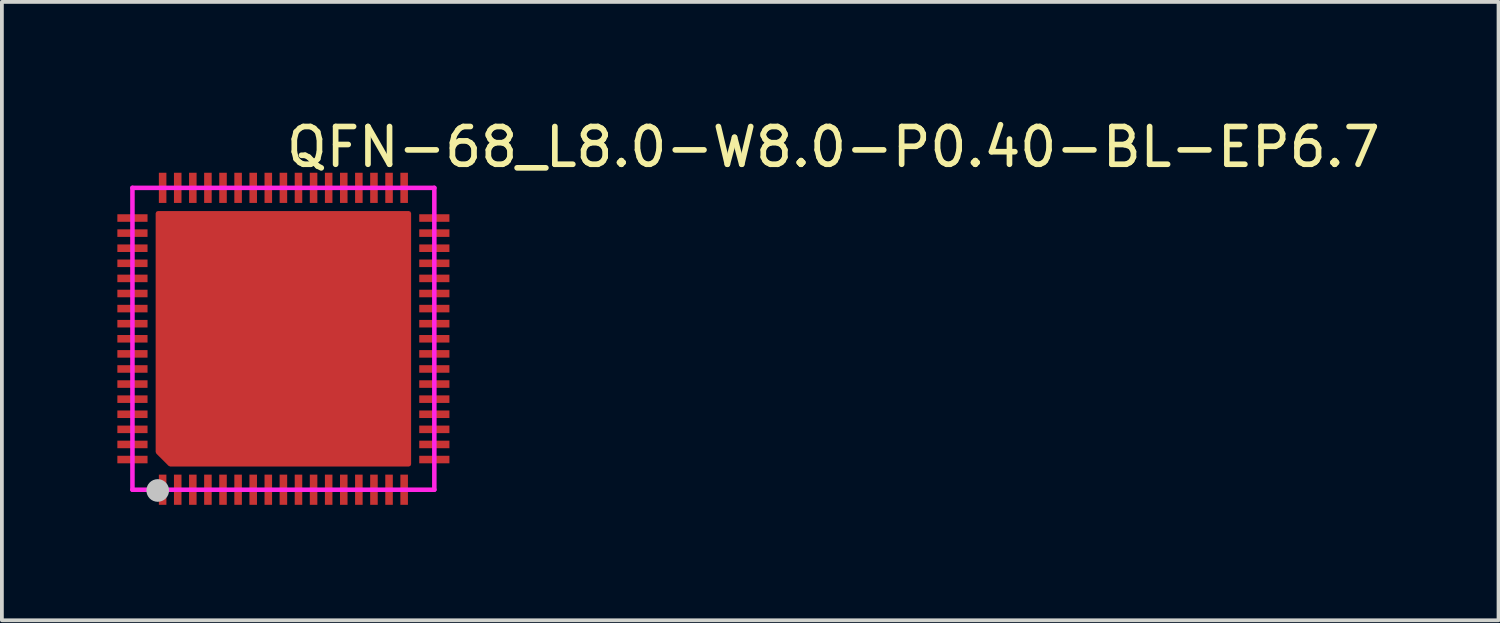
<source format=kicad_pcb>
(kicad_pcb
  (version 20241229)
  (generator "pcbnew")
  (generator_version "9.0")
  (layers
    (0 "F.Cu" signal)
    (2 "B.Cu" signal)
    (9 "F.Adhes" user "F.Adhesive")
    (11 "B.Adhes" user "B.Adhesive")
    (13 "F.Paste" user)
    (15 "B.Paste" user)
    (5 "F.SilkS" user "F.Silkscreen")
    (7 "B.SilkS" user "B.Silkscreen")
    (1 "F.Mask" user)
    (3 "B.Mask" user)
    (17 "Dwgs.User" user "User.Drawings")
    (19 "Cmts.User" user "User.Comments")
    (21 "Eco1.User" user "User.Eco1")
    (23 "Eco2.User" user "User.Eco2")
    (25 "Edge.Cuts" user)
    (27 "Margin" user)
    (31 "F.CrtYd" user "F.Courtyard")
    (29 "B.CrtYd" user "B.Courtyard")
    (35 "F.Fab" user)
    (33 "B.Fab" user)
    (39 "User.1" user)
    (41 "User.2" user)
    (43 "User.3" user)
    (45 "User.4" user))
  (footprint "QFN-68_L8.0-W8.0-P0.40-BL-EP6.7"
    (layer "F.Cu")
    (at 4.46 5.928)
    (property "Reference" "QFN-68_L8.0-W8.0-P0.40-BL-EP6.7" (at 0 -5.08 0) (layer "F.SilkS") (effects (font (size 1 1) (thickness 0.15)) (justify left)))
    (attr through_hole)
    (fp_poly (pts (xy -4.4 -3.3) (xy -3.6 -3.3) (xy -3.6 -3.1) (xy -4.4 -3.1)) (stroke (width 0.12) (type solid)) (fill yes) (layer "F.Paste"))
    (fp_poly (pts (xy -4.4 -2.9) (xy -3.6 -2.9) (xy -3.6 -2.7) (xy -4.4 -2.7)) (stroke (width 0.12) (type solid)) (fill yes) (layer "F.Paste"))
    (fp_poly (pts (xy -4.4 -2.5) (xy -3.6 -2.5) (xy -3.6 -2.3) (xy -4.4 -2.3)) (stroke (width 0.12) (type solid)) (fill yes) (layer "F.Paste"))
    (fp_poly (pts (xy -4.4 -2.1) (xy -3.6 -2.1) (xy -3.6 -1.9) (xy -4.4 -1.9)) (stroke (width 0.12) (type solid)) (fill yes) (layer "F.Paste"))
    (fp_poly (pts (xy -4.4 -1.7) (xy -3.6 -1.7) (xy -3.6 -1.5) (xy -4.4 -1.5)) (stroke (width 0.12) (type solid)) (fill yes) (layer "F.Paste"))
    (fp_poly (pts (xy -4.4 -1.3) (xy -3.6 -1.3) (xy -3.6 -1.1) (xy -4.4 -1.1)) (stroke (width 0.12) (type solid)) (fill yes) (layer "F.Paste"))
    (fp_poly (pts (xy -4.4 -0.9) (xy -3.6 -0.9) (xy -3.6 -0.7) (xy -4.4 -0.7)) (stroke (width 0.12) (type solid)) (fill yes) (layer "F.Paste"))
    (fp_poly (pts (xy -4.4 -0.5) (xy -3.6 -0.5) (xy -3.6 -0.3) (xy -4.4 -0.3)) (stroke (width 0.12) (type solid)) (fill yes) (layer "F.Paste"))
    (fp_poly (pts (xy -4.4 -0.1) (xy -3.6 -0.1) (xy -3.6 0.1) (xy -4.4 0.1)) (stroke (width 0.12) (type solid)) (fill yes) (layer "F.Paste"))
    (fp_poly (pts (xy -4.4 0.3) (xy -3.6 0.3) (xy -3.6 0.5) (xy -4.4 0.5)) (stroke (width 0.12) (type solid)) (fill yes) (layer "F.Paste"))
    (fp_poly (pts (xy -4.4 0.7) (xy -3.6 0.7) (xy -3.6 0.9) (xy -4.4 0.9)) (stroke (width 0.12) (type solid)) (fill yes) (layer "F.Paste"))
    (fp_poly (pts (xy -4.4 1.1) (xy -3.6 1.1) (xy -3.6 1.3) (xy -4.4 1.3)) (stroke (width 0.12) (type solid)) (fill yes) (layer "F.Paste"))
    (fp_poly (pts (xy -4.4 1.5) (xy -3.6 1.5) (xy -3.6 1.7) (xy -4.4 1.7)) (stroke (width 0.12) (type solid)) (fill yes) (layer "F.Paste"))
    (fp_poly (pts (xy -4.4 1.9) (xy -3.6 1.9) (xy -3.6 2.1) (xy -4.4 2.1)) (stroke (width 0.12) (type solid)) (fill yes) (layer "F.Paste"))
    (fp_poly (pts (xy -4.4 2.3) (xy -3.6 2.3) (xy -3.6 2.5) (xy -4.4 2.5)) (stroke (width 0.12) (type solid)) (fill yes) (layer "F.Paste"))
    (fp_poly (pts (xy -4.4 2.7) (xy -3.6 2.7) (xy -3.6 2.9) (xy -4.4 2.9)) (stroke (width 0.12) (type solid)) (fill yes) (layer "F.Paste"))
    (fp_poly (pts (xy -4.4 3.1) (xy -3.6 3.1) (xy -3.6 3.3) (xy -4.4 3.3)) (stroke (width 0.12) (type solid)) (fill yes) (layer "F.Paste"))
    (fp_poly (pts (xy -3.3 -4.4) (xy -3.1 -4.4) (xy -3.1 -3.6) (xy -3.3 -3.6)) (stroke (width 0.12) (type solid)) (fill yes) (layer "F.Paste"))
    (fp_poly (pts (xy -3.3 3.6) (xy -3.1 3.6) (xy -3.1 4.4) (xy -3.3 4.4)) (stroke (width 0.12) (type solid)) (fill yes) (layer "F.Paste"))
    (fp_poly (pts (xy -2.9 -4.4) (xy -2.7 -4.4) (xy -2.7 -3.6) (xy -2.9 -3.6)) (stroke (width 0.12) (type solid)) (fill yes) (layer "F.Paste"))
    (fp_poly (pts (xy -2.9 3.6) (xy -2.7 3.6) (xy -2.7 4.4) (xy -2.9 4.4)) (stroke (width 0.12) (type solid)) (fill yes) (layer "F.Paste"))
    (fp_poly (pts (xy -2.5 -4.4) (xy -2.3 -4.4) (xy -2.3 -3.6) (xy -2.5 -3.6)) (stroke (width 0.12) (type solid)) (fill yes) (layer "F.Paste"))
    (fp_poly (pts (xy -2.5 3.6) (xy -2.3 3.6) (xy -2.3 4.4) (xy -2.5 4.4)) (stroke (width 0.12) (type solid)) (fill yes) (layer "F.Paste"))
    (fp_poly (pts (xy -2.1 -4.4) (xy -1.9 -4.4) (xy -1.9 -3.6) (xy -2.1 -3.6)) (stroke (width 0.12) (type solid)) (fill yes) (layer "F.Paste"))
    (fp_poly (pts (xy -2.1 3.6) (xy -1.9 3.6) (xy -1.9 4.4) (xy -2.1 4.4)) (stroke (width 0.12) (type solid)) (fill yes) (layer "F.Paste"))
    (fp_poly (pts (xy -1.7 -4.4) (xy -1.5 -4.4) (xy -1.5 -3.6) (xy -1.7 -3.6)) (stroke (width 0.12) (type solid)) (fill yes) (layer "F.Paste"))
    (fp_poly (pts (xy -1.7 3.6) (xy -1.5 3.6) (xy -1.5 4.4) (xy -1.7 4.4)) (stroke (width 0.12) (type solid)) (fill yes) (layer "F.Paste"))
    (fp_poly (pts (xy -1.3 -4.4) (xy -1.1 -4.4) (xy -1.1 -3.6) (xy -1.3 -3.6)) (stroke (width 0.12) (type solid)) (fill yes) (layer "F.Paste"))
    (fp_poly (pts (xy -1.3 3.6) (xy -1.1 3.6) (xy -1.1 4.4) (xy -1.3 4.4)) (stroke (width 0.12) (type solid)) (fill yes) (layer "F.Paste"))
    (fp_poly (pts (xy -0.9 -4.4) (xy -0.7 -4.4) (xy -0.7 -3.6) (xy -0.9 -3.6)) (stroke (width 0.12) (type solid)) (fill yes) (layer "F.Paste"))
    (fp_poly (pts (xy -0.9 3.6) (xy -0.7 3.6) (xy -0.7 4.4) (xy -0.9 4.4)) (stroke (width 0.12) (type solid)) (fill yes) (layer "F.Paste"))
    (fp_poly (pts (xy -0.5 -4.4) (xy -0.3 -4.4) (xy -0.3 -3.6) (xy -0.5 -3.6)) (stroke (width 0.12) (type solid)) (fill yes) (layer "F.Paste"))
    (fp_poly (pts (xy -0.5 3.6) (xy -0.3 3.6) (xy -0.3 4.4) (xy -0.5 4.4)) (stroke (width 0.12) (type solid)) (fill yes) (layer "F.Paste"))
    (fp_poly (pts (xy -0.1 -4.4) (xy 0.1 -4.4) (xy 0.1 -3.6) (xy -0.1 -3.6)) (stroke (width 0.12) (type solid)) (fill yes) (layer "F.Paste"))
    (fp_poly (pts (xy -0.1 3.6) (xy 0.1 3.6) (xy 0.1 4.4) (xy -0.1 4.4)) (stroke (width 0.12) (type solid)) (fill yes) (layer "F.Paste"))
    (fp_poly (pts (xy 0.3 -4.4) (xy 0.5 -4.4) (xy 0.5 -3.6) (xy 0.3 -3.6)) (stroke (width 0.12) (type solid)) (fill yes) (layer "F.Paste"))
    (fp_poly (pts (xy 0.3 3.6) (xy 0.5 3.6) (xy 0.5 4.4) (xy 0.3 4.4)) (stroke (width 0.12) (type solid)) (fill yes) (layer "F.Paste"))
    (fp_poly (pts (xy 0.7 -4.4) (xy 0.9 -4.4) (xy 0.9 -3.6) (xy 0.7 -3.6)) (stroke (width 0.12) (type solid)) (fill yes) (layer "F.Paste"))
    (fp_poly (pts (xy 0.7 3.6) (xy 0.9 3.6) (xy 0.9 4.4) (xy 0.7 4.4)) (stroke (width 0.12) (type solid)) (fill yes) (layer "F.Paste"))
    (fp_poly (pts (xy 1.1 -4.4) (xy 1.3 -4.4) (xy 1.3 -3.6) (xy 1.1 -3.6)) (stroke (width 0.12) (type solid)) (fill yes) (layer "F.Paste"))
    (fp_poly (pts (xy 1.1 3.6) (xy 1.3 3.6) (xy 1.3 4.4) (xy 1.1 4.4)) (stroke (width 0.12) (type solid)) (fill yes) (layer "F.Paste"))
    (fp_poly (pts (xy 1.5 -4.4) (xy 1.7 -4.4) (xy 1.7 -3.6) (xy 1.5 -3.6)) (stroke (width 0.12) (type solid)) (fill yes) (layer "F.Paste"))
    (fp_poly (pts (xy 1.5 3.6) (xy 1.7 3.6) (xy 1.7 4.4) (xy 1.5 4.4)) (stroke (width 0.12) (type solid)) (fill yes) (layer "F.Paste"))
    (fp_poly (pts (xy 1.9 -4.4) (xy 2.1 -4.4) (xy 2.1 -3.6) (xy 1.9 -3.6)) (stroke (width 0.12) (type solid)) (fill yes) (layer "F.Paste"))
    (fp_poly (pts (xy 1.9 3.6) (xy 2.1 3.6) (xy 2.1 4.4) (xy 1.9 4.4)) (stroke (width 0.12) (type solid)) (fill yes) (layer "F.Paste"))
    (fp_poly (pts (xy 2.3 -4.4) (xy 2.5 -4.4) (xy 2.5 -3.6) (xy 2.3 -3.6)) (stroke (width 0.12) (type solid)) (fill yes) (layer "F.Paste"))
    (fp_poly (pts (xy 2.3 3.6) (xy 2.5 3.6) (xy 2.5 4.4) (xy 2.3 4.4)) (stroke (width 0.12) (type solid)) (fill yes) (layer "F.Paste"))
    (fp_poly (pts (xy 2.7 -4.4) (xy 2.9 -4.4) (xy 2.9 -3.6) (xy 2.7 -3.6)) (stroke (width 0.12) (type solid)) (fill yes) (layer "F.Paste"))
    (fp_poly (pts (xy 2.7 3.6) (xy 2.9 3.6) (xy 2.9 4.4) (xy 2.7 4.4)) (stroke (width 0.12) (type solid)) (fill yes) (layer "F.Paste"))
    (fp_poly (pts (xy 3.1 -4.4) (xy 3.3 -4.4) (xy 3.3 -3.6) (xy 3.1 -3.6)) (stroke (width 0.12) (type solid)) (fill yes) (layer "F.Paste"))
    (fp_poly (pts (xy 3.1 3.6) (xy 3.3 3.6) (xy 3.3 4.4) (xy 3.1 4.4)) (stroke (width 0.12) (type solid)) (fill yes) (layer "F.Paste"))
    (fp_poly (pts (xy 3.6 -3.3) (xy 4.4 -3.3) (xy 4.4 -3.1) (xy 3.6 -3.1)) (stroke (width 0.12) (type solid)) (fill yes) (layer "F.Paste"))
    (fp_poly (pts (xy 3.6 -2.9) (xy 4.4 -2.9) (xy 4.4 -2.7) (xy 3.6 -2.7)) (stroke (width 0.12) (type solid)) (fill yes) (layer "F.Paste"))
    (fp_poly (pts (xy 3.6 -2.5) (xy 4.4 -2.5) (xy 4.4 -2.3) (xy 3.6 -2.3)) (stroke (width 0.12) (type solid)) (fill yes) (layer "F.Paste"))
    (fp_poly (pts (xy 3.6 -2.1) (xy 4.4 -2.1) (xy 4.4 -1.9) (xy 3.6 -1.9)) (stroke (width 0.12) (type solid)) (fill yes) (layer "F.Paste"))
    (fp_poly (pts (xy 3.6 -1.7) (xy 4.4 -1.7) (xy 4.4 -1.5) (xy 3.6 -1.5)) (stroke (width 0.12) (type solid)) (fill yes) (layer "F.Paste"))
    (fp_poly (pts (xy 3.6 -1.3) (xy 4.4 -1.3) (xy 4.4 -1.1) (xy 3.6 -1.1)) (stroke (width 0.12) (type solid)) (fill yes) (layer "F.Paste"))
    (fp_poly (pts (xy 3.6 -0.9) (xy 4.4 -0.9) (xy 4.4 -0.7) (xy 3.6 -0.7)) (stroke (width 0.12) (type solid)) (fill yes) (layer "F.Paste"))
    (fp_poly (pts (xy 3.6 -0.5) (xy 4.4 -0.5) (xy 4.4 -0.3) (xy 3.6 -0.3)) (stroke (width 0.12) (type solid)) (fill yes) (layer "F.Paste"))
    (fp_poly (pts (xy 3.6 -0.1) (xy 4.4 -0.1) (xy 4.4 0.1) (xy 3.6 0.1)) (stroke (width 0.12) (type solid)) (fill yes) (layer "F.Paste"))
    (fp_poly (pts (xy 3.6 0.3) (xy 4.4 0.3) (xy 4.4 0.5) (xy 3.6 0.5)) (stroke (width 0.12) (type solid)) (fill yes) (layer "F.Paste"))
    (fp_poly (pts (xy 3.6 0.7) (xy 4.4 0.7) (xy 4.4 0.9) (xy 3.6 0.9)) (stroke (width 0.12) (type solid)) (fill yes) (layer "F.Paste"))
    (fp_poly (pts (xy 3.6 1.1) (xy 4.4 1.1) (xy 4.4 1.3) (xy 3.6 1.3)) (stroke (width 0.12) (type solid)) (fill yes) (layer "F.Paste"))
    (fp_poly (pts (xy 3.6 1.5) (xy 4.4 1.5) (xy 4.4 1.7) (xy 3.6 1.7)) (stroke (width 0.12) (type solid)) (fill yes) (layer "F.Paste"))
    (fp_poly (pts (xy 3.6 1.9) (xy 4.4 1.9) (xy 4.4 2.1) (xy 3.6 2.1)) (stroke (width 0.12) (type solid)) (fill yes) (layer "F.Paste"))
    (fp_poly (pts (xy 3.6 2.3) (xy 4.4 2.3) (xy 4.4 2.5) (xy 3.6 2.5)) (stroke (width 0.12) (type solid)) (fill yes) (layer "F.Paste"))
    (fp_poly (pts (xy 3.6 2.7) (xy 4.4 2.7) (xy 4.4 2.9) (xy 3.6 2.9)) (stroke (width 0.12) (type solid)) (fill yes) (layer "F.Paste"))
    (fp_poly (pts (xy 3.6 3.1) (xy 4.4 3.1) (xy 4.4 3.3) (xy 3.6 3.3)) (stroke (width 0.12) (type solid)) (fill yes) (layer "F.Paste"))
    (fp_poly (pts (xy -2.66 -2.66) (xy 2.66 -2.66) (xy 2.66 2.66) (xy -2.4 2.66) (xy -2.66 2.4)) (stroke (width 0.12) (type solid)) (fill yes) (layer "F.Paste"))
    (fp_circle (center -3.33 4.02) (end -3.18 4.02) (stroke (width 0.3) (type solid)) (fill no) (layer "Dwgs.User"))
    (fp_circle (center -4 4) (end -3.97 4) (stroke (width 0.06) (type solid)) (fill no) (layer "Eco2.User"))
    (fp_poly (pts (xy -3.6 -3.1) (xy -3.6 -3.3) (xy -4 -3.3) (xy -4 -3.1)) (stroke (width 0.12) (type solid)) (fill no) (layer "Eco2.User"))
    (fp_poly (pts (xy -3.6 -2.7) (xy -3.6 -2.9) (xy -4 -2.9) (xy -4 -2.7)) (stroke (width 0.12) (type solid)) (fill no) (layer "Eco2.User"))
    (fp_poly (pts (xy -3.6 -2.3) (xy -3.6 -2.5) (xy -4 -2.5) (xy -4 -2.3)) (stroke (width 0.12) (type solid)) (fill no) (layer "Eco2.User"))
    (fp_poly (pts (xy -3.6 -1.9) (xy -3.6 -2.1) (xy -4 -2.1) (xy -4 -1.9)) (stroke (width 0.12) (type solid)) (fill no) (layer "Eco2.User"))
    (fp_poly (pts (xy -3.6 -1.5) (xy -3.6 -1.7) (xy -4 -1.7) (xy -4 -1.5)) (stroke (width 0.12) (type solid)) (fill no) (layer "Eco2.User"))
    (fp_poly (pts (xy -3.6 -1.1) (xy -3.6 -1.3) (xy -4 -1.3) (xy -4 -1.1)) (stroke (width 0.12) (type solid)) (fill no) (layer "Eco2.User"))
    (fp_poly (pts (xy -3.6 -0.7) (xy -3.6 -0.9) (xy -4 -0.9) (xy -4 -0.7)) (stroke (width 0.12) (type solid)) (fill no) (layer "Eco2.User"))
    (fp_poly (pts (xy -3.6 -0.3) (xy -3.6 -0.5) (xy -4 -0.5) (xy -4 -0.3)) (stroke (width 0.12) (type solid)) (fill no) (layer "Eco2.User"))
    (fp_poly (pts (xy -3.6 0.1) (xy -3.6 -0.1) (xy -4 -0.1) (xy -4 0.1)) (stroke (width 0.12) (type solid)) (fill no) (layer "Eco2.User"))
    (fp_poly (pts (xy -3.6 0.5) (xy -3.6 0.3) (xy -4 0.3) (xy -4 0.5)) (stroke (width 0.12) (type solid)) (fill no) (layer "Eco2.User"))
    (fp_poly (pts (xy -3.6 0.9) (xy -3.6 0.7) (xy -4 0.7) (xy -4 0.9)) (stroke (width 0.12) (type solid)) (fill no) (layer "Eco2.User"))
    (fp_poly (pts (xy -3.6 1.3) (xy -3.6 1.1) (xy -4 1.1) (xy -4 1.3)) (stroke (width 0.12) (type solid)) (fill no) (layer "Eco2.User"))
    (fp_poly (pts (xy -3.6 1.7) (xy -3.6 1.5) (xy -4 1.5) (xy -4 1.7)) (stroke (width 0.12) (type solid)) (fill no) (layer "Eco2.User"))
    (fp_poly (pts (xy -3.6 2.1) (xy -3.6 1.9) (xy -4 1.9) (xy -4 2.1)) (stroke (width 0.12) (type solid)) (fill no) (layer "Eco2.User"))
    (fp_poly (pts (xy -3.6 2.5) (xy -3.6 2.3) (xy -4 2.3) (xy -4 2.5)) (stroke (width 0.12) (type solid)) (fill no) (layer "Eco2.User"))
    (fp_poly (pts (xy -3.6 2.9) (xy -3.6 2.7) (xy -4 2.7) (xy -4 2.9)) (stroke (width 0.12) (type solid)) (fill no) (layer "Eco2.User"))
    (fp_poly (pts (xy -3.6 3.3) (xy -3.6 3.1) (xy -4 3.1) (xy -4 3.3)) (stroke (width 0.12) (type solid)) (fill no) (layer "Eco2.User"))
    (fp_poly (pts (xy -3.3 -4) (xy -3.3 -3.6) (xy -3.1 -3.6) (xy -3.1 -4)) (stroke (width 0.12) (type solid)) (fill no) (layer "Eco2.User"))
    (fp_poly (pts (xy -3.3 4) (xy -3.3 3.6) (xy -3.1 3.6) (xy -3.1 4)) (stroke (width 0.12) (type solid)) (fill no) (layer "Eco2.User"))
    (fp_poly (pts (xy -2.9 -4) (xy -2.9 -3.6) (xy -2.7 -3.6) (xy -2.7 -4)) (stroke (width 0.12) (type solid)) (fill no) (layer "Eco2.User"))
    (fp_poly (pts (xy -2.9 4) (xy -2.9 3.6) (xy -2.7 3.6) (xy -2.7 4)) (stroke (width 0.12) (type solid)) (fill no) (layer "Eco2.User"))
    (fp_poly (pts (xy -2.5 -4) (xy -2.5 -3.6) (xy -2.3 -3.6) (xy -2.3 -4)) (stroke (width 0.12) (type solid)) (fill no) (layer "Eco2.User"))
    (fp_poly (pts (xy -2.5 4) (xy -2.5 3.6) (xy -2.3 3.6) (xy -2.3 4)) (stroke (width 0.12) (type solid)) (fill no) (layer "Eco2.User"))
    (fp_poly (pts (xy -2.1 -4) (xy -2.1 -3.6) (xy -1.9 -3.6) (xy -1.9 -4)) (stroke (width 0.12) (type solid)) (fill no) (layer "Eco2.User"))
    (fp_poly (pts (xy -2.1 4) (xy -2.1 3.6) (xy -1.9 3.6) (xy -1.9 4)) (stroke (width 0.12) (type solid)) (fill no) (layer "Eco2.User"))
    (fp_poly (pts (xy -1.7 -4) (xy -1.7 -3.6) (xy -1.5 -3.6) (xy -1.5 -4)) (stroke (width 0.12) (type solid)) (fill no) (layer "Eco2.User"))
    (fp_poly (pts (xy -1.7 4) (xy -1.7 3.6) (xy -1.5 3.6) (xy -1.5 4)) (stroke (width 0.12) (type solid)) (fill no) (layer "Eco2.User"))
    (fp_poly (pts (xy -1.3 -4) (xy -1.3 -3.6) (xy -1.1 -3.6) (xy -1.1 -4)) (stroke (width 0.12) (type solid)) (fill no) (layer "Eco2.User"))
    (fp_poly (pts (xy -1.3 4) (xy -1.3 3.6) (xy -1.1 3.6) (xy -1.1 4)) (stroke (width 0.12) (type solid)) (fill no) (layer "Eco2.User"))
    (fp_poly (pts (xy -0.9 -4) (xy -0.9 -3.6) (xy -0.7 -3.6) (xy -0.7 -4)) (stroke (width 0.12) (type solid)) (fill no) (layer "Eco2.User"))
    (fp_poly (pts (xy -0.9 4) (xy -0.9 3.6) (xy -0.7 3.6) (xy -0.7 4)) (stroke (width 0.12) (type solid)) (fill no) (layer "Eco2.User"))
    (fp_poly (pts (xy -0.5 -4) (xy -0.5 -3.6) (xy -0.3 -3.6) (xy -0.3 -4)) (stroke (width 0.12) (type solid)) (fill no) (layer "Eco2.User"))
    (fp_poly (pts (xy -0.5 4) (xy -0.5 3.6) (xy -0.3 3.6) (xy -0.3 4)) (stroke (width 0.12) (type solid)) (fill no) (layer "Eco2.User"))
    (fp_poly (pts (xy -0.1 -4) (xy -0.1 -3.6) (xy 0.1 -3.6) (xy 0.1 -4)) (stroke (width 0.12) (type solid)) (fill no) (layer "Eco2.User"))
    (fp_poly (pts (xy -0.1 4) (xy -0.1 3.6) (xy 0.1 3.6) (xy 0.1 4)) (stroke (width 0.12) (type solid)) (fill no) (layer "Eco2.User"))
    (fp_poly (pts (xy 0.3 -4) (xy 0.3 -3.6) (xy 0.5 -3.6) (xy 0.5 -4)) (stroke (width 0.12) (type solid)) (fill no) (layer "Eco2.User"))
    (fp_poly (pts (xy 0.3 4) (xy 0.3 3.6) (xy 0.5 3.6) (xy 0.5 4)) (stroke (width 0.12) (type solid)) (fill no) (layer "Eco2.User"))
    (fp_poly (pts (xy 0.7 -4) (xy 0.7 -3.6) (xy 0.9 -3.6) (xy 0.9 -4)) (stroke (width 0.12) (type solid)) (fill no) (layer "Eco2.User"))
    (fp_poly (pts (xy 0.7 4) (xy 0.7 3.6) (xy 0.9 3.6) (xy 0.9 4)) (stroke (width 0.12) (type solid)) (fill no) (layer "Eco2.User"))
    (fp_poly (pts (xy 1.1 -4) (xy 1.1 -3.6) (xy 1.3 -3.6) (xy 1.3 -4)) (stroke (width 0.12) (type solid)) (fill no) (layer "Eco2.User"))
    (fp_poly (pts (xy 1.1 4) (xy 1.1 3.6) (xy 1.3 3.6) (xy 1.3 4)) (stroke (width 0.12) (type solid)) (fill no) (layer "Eco2.User"))
    (fp_poly (pts (xy 1.5 -4) (xy 1.5 -3.6) (xy 1.7 -3.6) (xy 1.7 -4)) (stroke (width 0.12) (type solid)) (fill no) (layer "Eco2.User"))
    (fp_poly (pts (xy 1.5 4) (xy 1.5 3.6) (xy 1.7 3.6) (xy 1.7 4)) (stroke (width 0.12) (type solid)) (fill no) (layer "Eco2.User"))
    (fp_poly (pts (xy 1.9 -4) (xy 1.9 -3.6) (xy 2.1 -3.6) (xy 2.1 -4)) (stroke (width 0.12) (type solid)) (fill no) (layer "Eco2.User"))
    (fp_poly (pts (xy 1.9 4) (xy 1.9 3.6) (xy 2.1 3.6) (xy 2.1 4)) (stroke (width 0.12) (type solid)) (fill no) (layer "Eco2.User"))
    (fp_poly (pts (xy 2.3 -4) (xy 2.3 -3.6) (xy 2.5 -3.6) (xy 2.5 -4)) (stroke (width 0.12) (type solid)) (fill no) (layer "Eco2.User"))
    (fp_poly (pts (xy 2.3 4) (xy 2.3 3.6) (xy 2.5 3.6) (xy 2.5 4)) (stroke (width 0.12) (type solid)) (fill no) (layer "Eco2.User"))
    (fp_poly (pts (xy 2.7 -4) (xy 2.7 -3.6) (xy 2.9 -3.6) (xy 2.9 -4)) (stroke (width 0.12) (type solid)) (fill no) (layer "Eco2.User"))
    (fp_poly (pts (xy 2.7 4) (xy 2.7 3.6) (xy 2.9 3.6) (xy 2.9 4)) (stroke (width 0.12) (type solid)) (fill no) (layer "Eco2.User"))
    (fp_poly (pts (xy 3.1 -4) (xy 3.1 -3.6) (xy 3.3 -3.6) (xy 3.3 -4)) (stroke (width 0.12) (type solid)) (fill no) (layer "Eco2.User"))
    (fp_poly (pts (xy 3.1 4) (xy 3.1 3.6) (xy 3.3 3.6) (xy 3.3 4)) (stroke (width 0.12) (type solid)) (fill no) (layer "Eco2.User"))
    (fp_poly (pts (xy 3.6 -3.1) (xy 3.6 -3.3) (xy 4 -3.3) (xy 4 -3.1)) (stroke (width 0.12) (type solid)) (fill no) (layer "Eco2.User"))
    (fp_poly (pts (xy 3.6 -2.7) (xy 3.6 -2.9) (xy 4 -2.9) (xy 4 -2.7)) (stroke (width 0.12) (type solid)) (fill no) (layer "Eco2.User"))
    (fp_poly (pts (xy 3.6 -2.3) (xy 3.6 -2.5) (xy 4 -2.5) (xy 4 -2.3)) (stroke (width 0.12) (type solid)) (fill no) (layer "Eco2.User"))
    (fp_poly (pts (xy 3.6 -1.9) (xy 3.6 -2.1) (xy 4 -2.1) (xy 4 -1.9)) (stroke (width 0.12) (type solid)) (fill no) (layer "Eco2.User"))
    (fp_poly (pts (xy 3.6 -1.5) (xy 3.6 -1.7) (xy 4 -1.7) (xy 4 -1.5)) (stroke (width 0.12) (type solid)) (fill no) (layer "Eco2.User"))
    (fp_poly (pts (xy 3.6 -1.1) (xy 3.6 -1.3) (xy 4 -1.3) (xy 4 -1.1)) (stroke (width 0.12) (type solid)) (fill no) (layer "Eco2.User"))
    (fp_poly (pts (xy 3.6 -0.7) (xy 3.6 -0.9) (xy 4 -0.9) (xy 4 -0.7)) (stroke (width 0.12) (type solid)) (fill no) (layer "Eco2.User"))
    (fp_poly (pts (xy 3.6 -0.3) (xy 3.6 -0.5) (xy 4 -0.5) (xy 4 -0.3)) (stroke (width 0.12) (type solid)) (fill no) (layer "Eco2.User"))
    (fp_poly (pts (xy 3.6 0.1) (xy 3.6 -0.1) (xy 4 -0.1) (xy 4 0.1)) (stroke (width 0.12) (type solid)) (fill no) (layer "Eco2.User"))
    (fp_poly (pts (xy 3.6 0.5) (xy 3.6 0.3) (xy 4 0.3) (xy 4 0.5)) (stroke (width 0.12) (type solid)) (fill no) (layer "Eco2.User"))
    (fp_poly (pts (xy 3.6 0.9) (xy 3.6 0.7) (xy 4 0.7) (xy 4 0.9)) (stroke (width 0.12) (type solid)) (fill no) (layer "Eco2.User"))
    (fp_poly (pts (xy 3.6 1.3) (xy 3.6 1.1) (xy 4 1.1) (xy 4 1.3)) (stroke (width 0.12) (type solid)) (fill no) (layer "Eco2.User"))
    (fp_poly (pts (xy 3.6 1.7) (xy 3.6 1.5) (xy 4 1.5) (xy 4 1.7)) (stroke (width 0.12) (type solid)) (fill no) (layer "Eco2.User"))
    (fp_poly (pts (xy 3.6 2.1) (xy 3.6 1.9) (xy 4 1.9) (xy 4 2.1)) (stroke (width 0.12) (type solid)) (fill no) (layer "Eco2.User"))
    (fp_poly (pts (xy 3.6 2.5) (xy 3.6 2.3) (xy 4 2.3) (xy 4 2.5)) (stroke (width 0.12) (type solid)) (fill no) (layer "Eco2.User"))
    (fp_poly (pts (xy 3.6 2.9) (xy 3.6 2.7) (xy 4 2.7) (xy 4 2.9)) (stroke (width 0.12) (type solid)) (fill no) (layer "Eco2.User"))
    (fp_poly (pts (xy 3.6 3.3) (xy 3.6 3.1) (xy 4 3.1) (xy 4 3.3)) (stroke (width 0.12) (type solid)) (fill no) (layer "Eco2.User"))
    (fp_poly (pts (xy -3.325 -3.325) (xy 3.325 -3.325) (xy 3.325 3.325) (xy -3 3.325) (xy -3.325 3)) (stroke (width 0.12) (type solid)) (fill no) (layer "Eco2.User"))
    (fp_line (start -4 -4) (end 4 -4) (stroke (width 0.12) (type solid)) (layer "F.CrtYd"))
    (fp_line (start -4 4) (end -4 -4) (stroke (width 0.12) (type solid)) (layer "F.CrtYd"))
    (fp_line (start 4 -4) (end 4 4) (stroke (width 0.12) (type solid)) (layer "F.CrtYd"))
    (fp_line (start 4 4) (end -4 4) (stroke (width 0.12) (type solid)) (layer "F.CrtYd"))
    (pad "1" smd rect (at -3.2 4) (size 0.2 0.8) (layers "F.Cu" "F.Mask" "F.Paste"))
    (pad "2" smd rect (at -2.8 4) (size 0.2 0.8) (layers "F.Cu" "F.Mask" "F.Paste"))
    (pad "3" smd rect (at -2.4 4) (size 0.2 0.8) (layers "F.Cu" "F.Mask" "F.Paste"))
    (pad "4" smd rect (at -2 4) (size 0.2 0.8) (layers "F.Cu" "F.Mask" "F.Paste"))
    (pad "5" smd rect (at -1.6 4) (size 0.2 0.8) (layers "F.Cu" "F.Mask" "F.Paste"))
    (pad "6" smd rect (at -1.2 4) (size 0.2 0.8) (layers "F.Cu" "F.Mask" "F.Paste"))
    (pad "7" smd rect (at -0.8 4) (size 0.2 0.8) (layers "F.Cu" "F.Mask" "F.Paste"))
    (pad "8" smd rect (at -0.4 4) (size 0.2 0.8) (layers "F.Cu" "F.Mask" "F.Paste"))
    (pad "9" smd rect (at 0 4) (size 0.2 0.8) (layers "F.Cu" "F.Mask" "F.Paste"))
    (pad "10" smd rect (at 0.4 4) (size 0.2 0.8) (layers "F.Cu" "F.Mask" "F.Paste"))
    (pad "11" smd rect (at 0.8 4) (size 0.2 0.8) (layers "F.Cu" "F.Mask" "F.Paste"))
    (pad "12" smd rect (at 1.2 4) (size 0.2 0.8) (layers "F.Cu" "F.Mask" "F.Paste"))
    (pad "13" smd rect (at 1.6 4) (size 0.2 0.8) (layers "F.Cu" "F.Mask" "F.Paste"))
    (pad "14" smd rect (at 2 4) (size 0.2 0.8) (layers "F.Cu" "F.Mask" "F.Paste"))
    (pad "15" smd rect (at 2.4 4) (size 0.2 0.8) (layers "F.Cu" "F.Mask" "F.Paste"))
    (pad "16" smd rect (at 2.8 4) (size 0.2 0.8) (layers "F.Cu" "F.Mask" "F.Paste"))
    (pad "17" smd rect (at 3.2 4) (size 0.2 0.8) (layers "F.Cu" "F.Mask" "F.Paste"))
    (pad "18" smd rect (at 4 3.2) (size 0.8 0.2) (layers "F.Cu" "F.Mask" "F.Paste"))
    (pad "19" smd rect (at 4 2.8) (size 0.8 0.2) (layers "F.Cu" "F.Mask" "F.Paste"))
    (pad "20" smd rect (at 4 2.4) (size 0.8 0.2) (layers "F.Cu" "F.Mask" "F.Paste"))
    (pad "21" smd rect (at 4 2) (size 0.8 0.2) (layers "F.Cu" "F.Mask" "F.Paste"))
    (pad "22" smd rect (at 4 1.6) (size 0.8 0.2) (layers "F.Cu" "F.Mask" "F.Paste"))
    (pad "23" smd rect (at 4 1.2) (size 0.8 0.2) (layers "F.Cu" "F.Mask" "F.Paste"))
    (pad "24" smd rect (at 4 0.8) (size 0.8 0.2) (layers "F.Cu" "F.Mask" "F.Paste"))
    (pad "25" smd rect (at 4 0.4) (size 0.8 0.2) (layers "F.Cu" "F.Mask" "F.Paste"))
    (pad "26" smd rect (at 4 0) (size 0.8 0.2) (layers "F.Cu" "F.Mask" "F.Paste"))
    (pad "27" smd rect (at 4 -0.4) (size 0.8 0.2) (layers "F.Cu" "F.Mask" "F.Paste"))
    (pad "28" smd rect (at 4 -0.8) (size 0.8 0.2) (layers "F.Cu" "F.Mask" "F.Paste"))
    (pad "29" smd rect (at 4 -1.2) (size 0.8 0.2) (layers "F.Cu" "F.Mask" "F.Paste"))
    (pad "30" smd rect (at 4 -1.6) (size 0.8 0.2) (layers "F.Cu" "F.Mask" "F.Paste"))
    (pad "31" smd rect (at 4 -2) (size 0.8 0.2) (layers "F.Cu" "F.Mask" "F.Paste"))
    (pad "32" smd rect (at 4 -2.4) (size 0.8 0.2) (layers "F.Cu" "F.Mask" "F.Paste"))
    (pad "33" smd rect (at 4 -2.8) (size 0.8 0.2) (layers "F.Cu" "F.Mask" "F.Paste"))
    (pad "34" smd rect (at 4 -3.2) (size 0.8 0.2) (layers "F.Cu" "F.Mask" "F.Paste"))
    (pad "35" smd rect (at 3.2 -4) (size 0.2 0.8) (layers "F.Cu" "F.Mask" "F.Paste"))
    (pad "36" smd rect (at 2.8 -4) (size 0.2 0.8) (layers "F.Cu" "F.Mask" "F.Paste"))
    (pad "37" smd rect (at 2.4 -4) (size 0.2 0.8) (layers "F.Cu" "F.Mask" "F.Paste"))
    (pad "38" smd rect (at 2 -4) (size 0.2 0.8) (layers "F.Cu" "F.Mask" "F.Paste"))
    (pad "39" smd rect (at 1.6 -4) (size 0.2 0.8) (layers "F.Cu" "F.Mask" "F.Paste"))
    (pad "40" smd rect (at 1.2 -4) (size 0.2 0.8) (layers "F.Cu" "F.Mask" "F.Paste"))
    (pad "41" smd rect (at 0.8 -4) (size 0.2 0.8) (layers "F.Cu" "F.Mask" "F.Paste"))
    (pad "42" smd rect (at 0.4 -4) (size 0.2 0.8) (layers "F.Cu" "F.Mask" "F.Paste"))
    (pad "43" smd rect (at 0 -4) (size 0.2 0.8) (layers "F.Cu" "F.Mask" "F.Paste"))
    (pad "44" smd rect (at -0.4 -4) (size 0.2 0.8) (layers "F.Cu" "F.Mask" "F.Paste"))
    (pad "45" smd rect (at -0.8 -4) (size 0.2 0.8) (layers "F.Cu" "F.Mask" "F.Paste"))
    (pad "46" smd rect (at -1.2 -4) (size 0.2 0.8) (layers "F.Cu" "F.Mask" "F.Paste"))
    (pad "47" smd rect (at -1.6 -4) (size 0.2 0.8) (layers "F.Cu" "F.Mask" "F.Paste"))
    (pad "48" smd rect (at -2 -4) (size 0.2 0.8) (layers "F.Cu" "F.Mask" "F.Paste"))
    (pad "49" smd rect (at -2.4 -4) (size 0.2 0.8) (layers "F.Cu" "F.Mask" "F.Paste"))
    (pad "50" smd rect (at -2.8 -4) (size 0.2 0.8) (layers "F.Cu" "F.Mask" "F.Paste"))
    (pad "51" smd rect (at -3.2 -4) (size 0.2 0.8) (layers "F.Cu" "F.Mask" "F.Paste"))
    (pad "52" smd rect (at -4 -3.2) (size 0.8 0.2) (layers "F.Cu" "F.Mask" "F.Paste"))
    (pad "53" smd rect (at -4 -2.8) (size 0.8 0.2) (layers "F.Cu" "F.Mask" "F.Paste"))
    (pad "54" smd rect (at -4 -2.4) (size 0.8 0.2) (layers "F.Cu" "F.Mask" "F.Paste"))
    (pad "55" smd rect (at -4 -2) (size 0.8 0.2) (layers "F.Cu" "F.Mask" "F.Paste"))
    (pad "56" smd rect (at -4 -1.6) (size 0.8 0.2) (layers "F.Cu" "F.Mask" "F.Paste"))
    (pad "57" smd rect (at -4 -1.2) (size 0.8 0.2) (layers "F.Cu" "F.Mask" "F.Paste"))
    (pad "58" smd rect (at -4 -0.8) (size 0.8 0.2) (layers "F.Cu" "F.Mask" "F.Paste"))
    (pad "59" smd rect (at -4 -0.4) (size 0.8 0.2) (layers "F.Cu" "F.Mask" "F.Paste"))
    (pad "60" smd rect (at -4 0) (size 0.8 0.2) (layers "F.Cu" "F.Mask" "F.Paste"))
    (pad "61" smd rect (at -4 0.4) (size 0.8 0.2) (layers "F.Cu" "F.Mask" "F.Paste"))
    (pad "62" smd rect (at -4 0.8) (size 0.8 0.2) (layers "F.Cu" "F.Mask" "F.Paste"))
    (pad "63" smd rect (at -4 1.2) (size 0.8 0.2) (layers "F.Cu" "F.Mask" "F.Paste"))
    (pad "64" smd rect (at -4 1.6) (size 0.8 0.2) (layers "F.Cu" "F.Mask" "F.Paste"))
    (pad "65" smd rect (at -4 2) (size 0.8 0.2) (layers "F.Cu" "F.Mask" "F.Paste"))
    (pad "66" smd rect (at -4 2.4) (size 0.8 0.2) (layers "F.Cu" "F.Mask" "F.Paste"))
    (pad "67" smd rect (at -4 2.8) (size 0.8 0.2) (layers "F.Cu" "F.Mask" "F.Paste"))
    (pad "68" smd rect (at -4 3.2) (size 0.8 0.2) (layers "F.Cu" "F.Mask" "F.Paste"))
    (pad "69" smd custom (at 0 0) (size 0.102 0.102) (layers "F.Cu" "F.Mask" "F.Paste") (options (anchor circle)) (primitives (gr_poly (pts (xy -3.325 -3.325) (xy 3.325 -3.325) (xy 3.325 3.325) (xy -3 3.325) (xy -3.325 3)) (width 0.12) (fill yes)))))
  (gr_rect
    (start -3 -3)
    (end 36.662 13.388)
    (stroke (width 0.1) (type default))
    (fill no)
    (layer "Edge.Cuts")))
</source>
